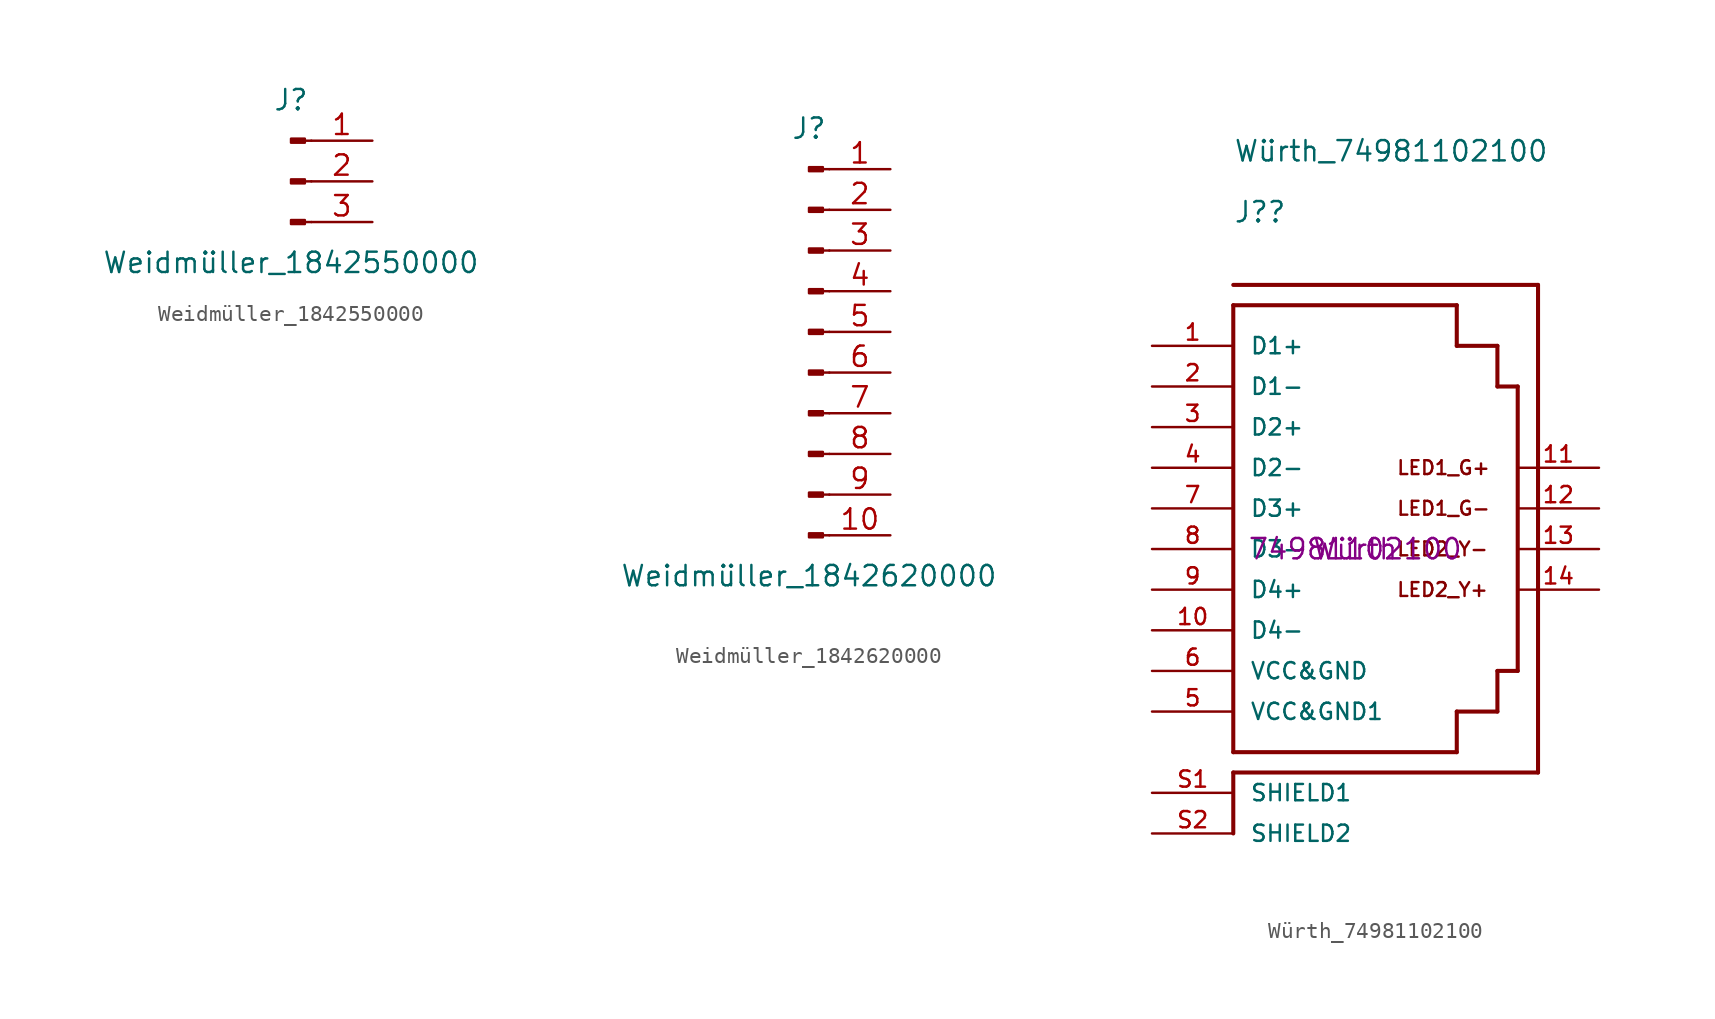
<source format=kicad_sym>
(kicad_symbol_lib
  (version 20211014)
  (generator kicad_symbol_editor)
  (symbol "Weidmüller_1842550000"
    (pin_names
      (offset 1.016) hide)
    (property "Reference" "J"
      (at 0 5.08 0)
      (effects (font (size 1.27 1.27))))
    (property "Value" "Weidmüller_1842550000"
      (at 0 -5.08 0)
      (effects (font (size 1.27 1.27))))
    (symbol "Weidmüller_1842550000_1_1"
      (polyline (pts (xy 1.27 -2.54) (xy 0.864 -2.54)) (stroke (width 0.152) (type default) (color 0 0 0 0)) (fill (type none)))
      (polyline (pts (xy 1.27 0) (xy 0.864 0)) (stroke (width 0.152) (type default) (color 0 0 0 0)) (fill (type none)))
      (polyline (pts (xy 1.27 2.54) (xy 0.864 2.54)) (stroke (width 0.152) (type default) (color 0 0 0 0)) (fill (type none)))
      (rectangle (start 0.864 -2.413) (end 0 -2.667) (stroke (width 0.152) (type default) (color 0 0 0 0)) (fill (type outline)))
      (rectangle (start 0.864 0.127) (end 0 -0.127) (stroke (width 0.152) (type default) (color 0 0 0 0)) (fill (type outline)))
      (rectangle (start 0.864 2.667) (end 0 2.413) (stroke (width 0.152) (type default) (color 0 0 0 0)) (fill (type outline)))
      (pin passive line (at 5.08 2.54 180) (length 3.81) (name "Pin_1" (effects (font (size 1.27 1.27)))) (number "1" (effects (font (size 1.27 1.27)))))
      (pin passive line (at 5.08 0 180) (length 3.81) (name "Pin_2" (effects (font (size 1.27 1.27)))) (number "2" (effects (font (size 1.27 1.27)))))
      (pin passive line (at 5.08 -2.54 180) (length 3.81) (name "Pin_3" (effects (font (size 1.27 1.27)))) (number "3" (effects (font (size 1.27 1.27)))))))
  (symbol "Weidmüller_1842620000"
    (pin_names
      (offset 1.016) hide)
    (property "Reference" "J"
      (at 0 12.7 0)
      (effects (font (size 1.27 1.27))))
    (property "Value" "Weidmüller_1842620000"
      (at 0 -15.24 0)
      (effects (font (size 1.27 1.27))))
    (symbol "Weidmüller_1842620000_1_1"
      (polyline (pts (xy 1.27 -12.7) (xy 0.864 -12.7)) (stroke (width 0.152) (type default) (color 0 0 0 0)) (fill (type none)))
      (polyline (pts (xy 1.27 -10.16) (xy 0.864 -10.16)) (stroke (width 0.152) (type default) (color 0 0 0 0)) (fill (type none)))
      (polyline (pts (xy 1.27 -7.62) (xy 0.864 -7.62)) (stroke (width 0.152) (type default) (color 0 0 0 0)) (fill (type none)))
      (polyline (pts (xy 1.27 -5.08) (xy 0.864 -5.08)) (stroke (width 0.152) (type default) (color 0 0 0 0)) (fill (type none)))
      (polyline (pts (xy 1.27 -2.54) (xy 0.864 -2.54)) (stroke (width 0.152) (type default) (color 0 0 0 0)) (fill (type none)))
      (polyline (pts (xy 1.27 0) (xy 0.864 0)) (stroke (width 0.152) (type default) (color 0 0 0 0)) (fill (type none)))
      (polyline (pts (xy 1.27 2.54) (xy 0.864 2.54)) (stroke (width 0.152) (type default) (color 0 0 0 0)) (fill (type none)))
      (polyline (pts (xy 1.27 5.08) (xy 0.864 5.08)) (stroke (width 0.152) (type default) (color 0 0 0 0)) (fill (type none)))
      (polyline (pts (xy 1.27 7.62) (xy 0.864 7.62)) (stroke (width 0.152) (type default) (color 0 0 0 0)) (fill (type none)))
      (polyline (pts (xy 1.27 10.16) (xy 0.864 10.16)) (stroke (width 0.152) (type default) (color 0 0 0 0)) (fill (type none)))
      (rectangle (start 0.864 -12.573) (end 0 -12.827) (stroke (width 0.152) (type default) (color 0 0 0 0)) (fill (type outline)))
      (rectangle (start 0.864 -10.033) (end 0 -10.287) (stroke (width 0.152) (type default) (color 0 0 0 0)) (fill (type outline)))
      (rectangle (start 0.864 -7.493) (end 0 -7.747) (stroke (width 0.152) (type default) (color 0 0 0 0)) (fill (type outline)))
      (rectangle (start 0.864 -4.953) (end 0 -5.207) (stroke (width 0.152) (type default) (color 0 0 0 0)) (fill (type outline)))
      (rectangle (start 0.864 -2.413) (end 0 -2.667) (stroke (width 0.152) (type default) (color 0 0 0 0)) (fill (type outline)))
      (rectangle (start 0.864 0.127) (end 0 -0.127) (stroke (width 0.152) (type default) (color 0 0 0 0)) (fill (type outline)))
      (rectangle (start 0.864 2.667) (end 0 2.413) (stroke (width 0.152) (type default) (color 0 0 0 0)) (fill (type outline)))
      (rectangle (start 0.864 5.207) (end 0 4.953) (stroke (width 0.152) (type default) (color 0 0 0 0)) (fill (type outline)))
      (rectangle (start 0.864 7.747) (end 0 7.493) (stroke (width 0.152) (type default) (color 0 0 0 0)) (fill (type outline)))
      (rectangle (start 0.864 10.287) (end 0 10.033) (stroke (width 0.152) (type default) (color 0 0 0 0)) (fill (type outline)))
      (pin passive line (at 5.08 10.16 180) (length 3.81) (name "Pin_1" (effects (font (size 1.27 1.27)))) (number "1" (effects (font (size 1.27 1.27)))))
      (pin passive line (at 5.08 -12.7 180) (length 3.81) (name "Pin_10" (effects (font (size 1.27 1.27)))) (number "10" (effects (font (size 1.27 1.27)))))
      (pin passive line (at 5.08 7.62 180) (length 3.81) (name "Pin_2" (effects (font (size 1.27 1.27)))) (number "2" (effects (font (size 1.27 1.27)))))
      (pin passive line (at 5.08 5.08 180) (length 3.81) (name "Pin_3" (effects (font (size 1.27 1.27)))) (number "3" (effects (font (size 1.27 1.27)))))
      (pin passive line (at 5.08 2.54 180) (length 3.81) (name "Pin_4" (effects (font (size 1.27 1.27)))) (number "4" (effects (font (size 1.27 1.27)))))
      (pin passive line (at 5.08 0 180) (length 3.81) (name "Pin_5" (effects (font (size 1.27 1.27)))) (number "5" (effects (font (size 1.27 1.27)))))
      (pin passive line (at 5.08 -2.54 180) (length 3.81) (name "Pin_6" (effects (font (size 1.27 1.27)))) (number "6" (effects (font (size 1.27 1.27)))))
      (pin passive line (at 5.08 -5.08 180) (length 3.81) (name "Pin_7" (effects (font (size 1.27 1.27)))) (number "7" (effects (font (size 1.27 1.27)))))
      (pin passive line (at 5.08 -7.62 180) (length 3.81) (name "Pin_8" (effects (font (size 1.27 1.27)))) (number "8" (effects (font (size 1.27 1.27)))))
      (pin passive line (at 5.08 -10.16 180) (length 3.81) (name "Pin_9" (effects (font (size 1.27 1.27)))) (number "9" (effects (font (size 1.27 1.27)))))))
  (symbol "Würth_74981102100"
    (pin_names
      (offset 1.016))
    (property "Reference" "J?"
      (at -7.62 20.32 0)
      (effects (font (size 1.27 1.27)) (justify left bottom)))
    (property "Value" "Würth_74981102100"
      (at -7.62 24.13 0)
      (effects (font (size 1.27 1.27)) (justify left bottom)))
    (property "Manufacturer" "Würth"
      (at 0 0 0)
      (effects (font (size 1.27 1.27))))
    (property "Manufacturer Model Number" "74981102100"
      (at 0 0 0)
      (effects (font (size 1.27 1.27))))
    (symbol "Würth_74981102100_0_0"
      (polyline (pts (xy -7.62 -13.97) (xy -7.62 -17.78)) (stroke (width 0.254) (type default) (color 0 0 0 0)) (fill (type none)))
      (polyline (pts (xy -7.62 -12.7) (xy -7.62 15.24)) (stroke (width 0.254) (type default) (color 0 0 0 0)) (fill (type none)))
      (polyline (pts (xy -7.62 15.24) (xy 6.35 15.24)) (stroke (width 0.254) (type default) (color 0 0 0 0)) (fill (type none)))
      (polyline (pts (xy -7.62 16.51) (xy 11.43 16.51)) (stroke (width 0.254) (type default) (color 0 0 0 0)) (fill (type none)))
      (polyline (pts (xy 6.35 -12.7) (xy -7.62 -12.7)) (stroke (width 0.254) (type default) (color 0 0 0 0)) (fill (type none)))
      (polyline (pts (xy 6.35 -12.7) (xy 6.35 -10.16)) (stroke (width 0.254) (type default) (color 0 0 0 0)) (fill (type none)))
      (polyline (pts (xy 6.35 -10.16) (xy 8.89 -10.16)) (stroke (width 0.254) (type default) (color 0 0 0 0)) (fill (type none)))
      (polyline (pts (xy 6.35 12.7) (xy 8.89 12.7)) (stroke (width 0.254) (type default) (color 0 0 0 0)) (fill (type none)))
      (polyline (pts (xy 6.35 15.24) (xy 6.35 12.7)) (stroke (width 0.254) (type default) (color 0 0 0 0)) (fill (type none)))
      (polyline (pts (xy 8.89 -10.16) (xy 8.89 -7.62)) (stroke (width 0.254) (type default) (color 0 0 0 0)) (fill (type none)))
      (polyline (pts (xy 8.89 -7.62) (xy 10.16 -7.62)) (stroke (width 0.254) (type default) (color 0 0 0 0)) (fill (type none)))
      (polyline (pts (xy 8.89 10.16) (xy 10.16 10.16)) (stroke (width 0.254) (type default) (color 0 0 0 0)) (fill (type none)))
      (polyline (pts (xy 8.89 12.7) (xy 8.89 10.16)) (stroke (width 0.254) (type default) (color 0 0 0 0)) (fill (type none)))
      (polyline (pts (xy 10.16 10.16) (xy 10.16 -7.62)) (stroke (width 0.254) (type default) (color 0 0 0 0)) (fill (type none)))
      (polyline (pts (xy 11.43 -13.97) (xy -7.62 -13.97)) (stroke (width 0.254) (type default) (color 0 0 0 0)) (fill (type none)))
      (polyline (pts (xy 11.43 16.51) (xy 11.43 -13.97)) (stroke (width 0.254) (type default) (color 0 0 0 0)) (fill (type none)))
      (text "LED1_G+" (at 2.54 5.08 0) (effects (font (size 0.864 0.864)) (justify left)))
      (text "LED1_G-" (at 2.54 2.54 0) (effects (font (size 0.864 0.864)) (justify left)))
      (text "LED2_Y+" (at 2.54 -2.54 0) (effects (font (size 0.864 0.864)) (justify left)))
      (text "LED2_Y-" (at 2.54 0 0) (effects (font (size 0.864 0.864)) (justify left)))
      (pin passive line (at -12.7 12.7 0) (length 5.08) (name "D1+" (effects (font (size 1.016 1.016)))) (number "1" (effects (font (size 1.016 1.016)))))
      (pin passive line (at -12.7 -5.08 0) (length 5.08) (name "D4-" (effects (font (size 1.016 1.016)))) (number "10" (effects (font (size 1.016 1.016)))))
      (pin passive line (at 15.24 5.08 180) (length 5.08) (name "~" (effects (font (size 1.016 1.016)))) (number "11" (effects (font (size 1.016 1.016)))))
      (pin passive line (at 15.24 2.54 180) (length 5.08) (name "~" (effects (font (size 1.016 1.016)))) (number "12" (effects (font (size 1.016 1.016)))))
      (pin passive line (at 15.24 0 180) (length 5.08) (name "~" (effects (font (size 1.016 1.016)))) (number "13" (effects (font (size 1.016 1.016)))))
      (pin passive line (at 15.24 -2.54 180) (length 5.08) (name "~" (effects (font (size 1.016 1.016)))) (number "14" (effects (font (size 1.016 1.016)))))
      (pin passive line (at -12.7 10.16 0) (length 5.08) (name "D1-" (effects (font (size 1.016 1.016)))) (number "2" (effects (font (size 1.016 1.016)))))
      (pin passive line (at -12.7 7.62 0) (length 5.08) (name "D2+" (effects (font (size 1.016 1.016)))) (number "3" (effects (font (size 1.016 1.016)))))
      (pin passive line (at -12.7 5.08 0) (length 5.08) (name "D2-" (effects (font (size 1.016 1.016)))) (number "4" (effects (font (size 1.016 1.016)))))
      (pin passive line (at -12.7 -10.16 0) (length 5.08) (name "VCC&GND1" (effects (font (size 1.016 1.016)))) (number "5" (effects (font (size 1.016 1.016)))))
      (pin passive line (at -12.7 -7.62 0) (length 5.08) (name "VCC&GND" (effects (font (size 1.016 1.016)))) (number "6" (effects (font (size 1.016 1.016)))))
      (pin passive line (at -12.7 2.54 0) (length 5.08) (name "D3+" (effects (font (size 1.016 1.016)))) (number "7" (effects (font (size 1.016 1.016)))))
      (pin passive line (at -12.7 0 0) (length 5.08) (name "D3-" (effects (font (size 1.016 1.016)))) (number "8" (effects (font (size 1.016 1.016)))))
      (pin passive line (at -12.7 -2.54 0) (length 5.08) (name "D4+" (effects (font (size 1.016 1.016)))) (number "9" (effects (font (size 1.016 1.016)))))
      (pin passive line (at -12.7 -15.24 0) (length 5.08) (name "SHIELD1" (effects (font (size 1.016 1.016)))) (number "S1" (effects (font (size 1.016 1.016)))))
      (pin passive line (at -12.7 -17.78 0) (length 5.08) (name "SHIELD2" (effects (font (size 1.016 1.016)))) (number "S2" (effects (font (size 1.016 1.016))))))))
</source>
